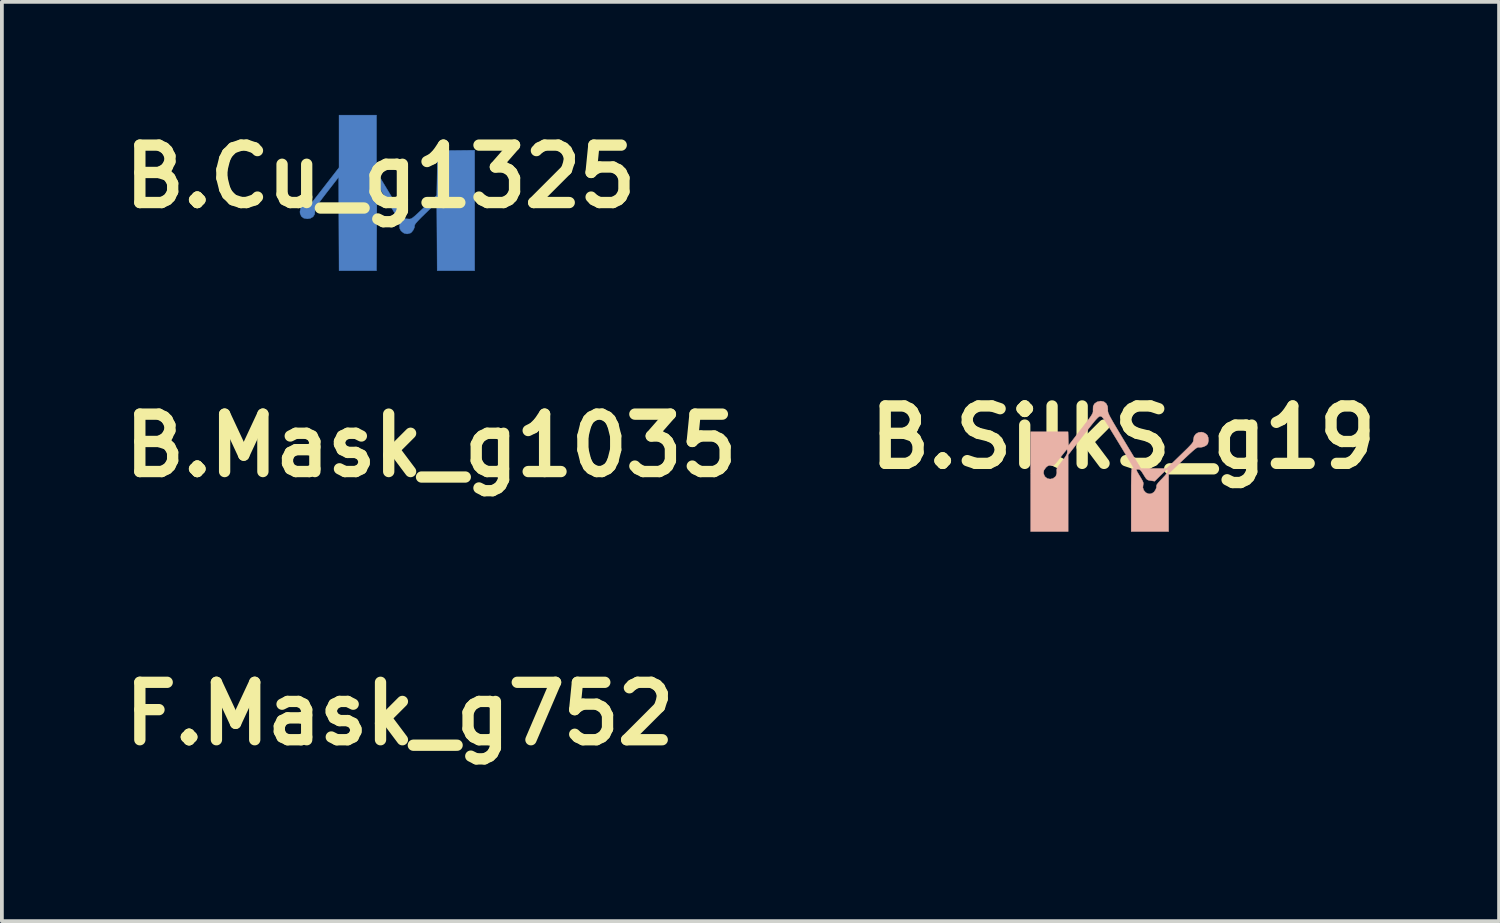
<source format=kicad_pcb>
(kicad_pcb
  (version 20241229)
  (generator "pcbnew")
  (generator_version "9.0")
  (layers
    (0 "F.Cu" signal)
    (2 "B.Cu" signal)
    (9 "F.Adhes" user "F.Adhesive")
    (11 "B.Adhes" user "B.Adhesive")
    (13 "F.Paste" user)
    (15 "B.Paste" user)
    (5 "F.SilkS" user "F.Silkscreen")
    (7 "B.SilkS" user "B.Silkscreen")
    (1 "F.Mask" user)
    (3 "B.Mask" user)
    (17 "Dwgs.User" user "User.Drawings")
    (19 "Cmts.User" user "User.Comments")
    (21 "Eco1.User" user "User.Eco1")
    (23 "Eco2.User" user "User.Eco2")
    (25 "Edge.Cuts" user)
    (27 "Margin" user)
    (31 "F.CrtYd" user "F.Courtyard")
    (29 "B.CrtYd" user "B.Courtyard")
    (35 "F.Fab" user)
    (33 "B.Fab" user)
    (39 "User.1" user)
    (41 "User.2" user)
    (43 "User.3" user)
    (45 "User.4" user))
  (footprint "B.Cu_g1325"
    (layer "F.Cu")
    (at 7.047 1.635)
    (property "Reference" "B.Cu_g1325" (at 0 0 0) (layer "F.SilkS") (effects (font (size 1.524 1.524) (thickness 0.3))))
    (attr through_hole)
    (fp_poly (pts (xy -0.106 -0.128) (xy 0.268 0.492) (xy 0.356 0.638) (xy 0.437 0.771) (xy 0.508 0.889) (xy 0.567 0.986) (xy 0.61 1.059) (xy 0.637 1.103) (xy 0.644 1.114) (xy 0.664 1.118) (xy 0.712 1.123) (xy 0.735 1.125) (xy 0.765 1.127) (xy 0.791 1.124) (xy 0.819 1.114) (xy 0.854 1.092) (xy 0.899 1.056) (xy 0.961 1.001) (xy 1.043 0.924) (xy 1.151 0.822) (xy 1.158 0.815) (xy 1.492 0.497) (xy 1.503 -0.095) (xy 1.513 -0.688) (xy 2.498 -0.699) (xy 2.498 2.498) (xy 1.503 2.498) (xy 1.498 1.593) (xy 1.492 0.689) (xy 1.196 0.972) (xy 1.077 1.088) (xy 0.99 1.178) (xy 0.934 1.242) (xy 0.908 1.283) (xy 0.906 1.294) (xy 0.899 1.353) (xy 0.869 1.419) (xy 0.825 1.476) (xy 0.792 1.5) (xy 0.705 1.522) (xy 0.626 1.505) (xy 0.57 1.465) (xy 0.531 1.423) (xy 0.51 1.375) (xy 0.505 1.309) (xy 0.511 1.228) (xy 0.501 1.202) (xy 0.472 1.145) (xy 0.426 1.062) (xy 0.367 0.957) (xy 0.297 0.837) (xy 0.218 0.704) (xy 0.209 0.689) (xy -0.095 0.183) (xy -0.101 1.34) (xy -0.106 2.498) (xy -1.1 2.498) (xy -1.111 0.015) (xy -1.428 0.424) (xy -1.528 0.555) (xy -1.605 0.657) (xy -1.661 0.734) (xy -1.7 0.793) (xy -1.724 0.836) (xy -1.736 0.868) (xy -1.739 0.894) (xy -1.739 0.902) (xy -1.747 0.997) (xy -1.79 1.067) (xy -1.863 1.109) (xy -1.943 1.121) (xy -2.035 1.105) (xy -2.099 1.058) (xy -2.133 0.983) (xy -2.138 0.933) (xy -2.121 0.84) (xy -2.073 0.773) (xy -1.998 0.736) (xy -1.944 0.73) (xy -1.852 0.73) (xy -1.476 0.246) (xy -1.101 -0.238) (xy -1.101 -1.63) (xy -0.106 -1.63) (xy -0.106 -0.128)) (stroke (width 0.01) (type solid)) (fill yes) (layer "B.Cu")))
  (footprint "B.SilkS_g19"
    (layer "F.Cu")
    (at 26.753 8.556)
    (property "Reference" "B.SilkS_g19" (at 0 0 0) (layer "F.SilkS") (effects (font (size 1.524 1.524) (thickness 0.3))))
    (attr through_hole)
    (fp_poly (pts (xy -0.512 -0.947) (xy -0.45 -0.898) (xy -0.413 -0.823) (xy -0.406 -0.736) (xy -0.408 -0.712) (xy -0.405 -0.687) (xy -0.398 -0.656) (xy -0.382 -0.618) (xy -0.358 -0.566) (xy -0.321 -0.499) (xy -0.272 -0.412) (xy -0.207 -0.302) (xy -0.126 -0.165) (xy -0.025 0.004) (xy 0.027 0.09) (xy 0.47 0.826) (xy 0.812 0.825) (xy 1.154 0.825) (xy 1.509 0.481) (xy 1.622 0.371) (xy 1.709 0.286) (xy 1.771 0.222) (xy 1.815 0.174) (xy 1.842 0.138) (xy 1.857 0.109) (xy 1.863 0.083) (xy 1.864 0.057) (xy 1.881 -0.026) (xy 1.93 -0.092) (xy 2 -0.132) (xy 2.082 -0.141) (xy 2.139 -0.126) (xy 2.195 -0.094) (xy 2.234 -0.056) (xy 2.258 0.008) (xy 2.263 0.088) (xy 2.247 0.161) (xy 2.242 0.173) (xy 2.198 0.217) (xy 2.13 0.25) (xy 2.055 0.265) (xy 2.017 0.263) (xy 1.996 0.261) (xy 1.972 0.267) (xy 1.941 0.284) (xy 1.899 0.315) (xy 1.843 0.363) (xy 1.767 0.431) (xy 1.668 0.524) (xy 1.582 0.605) (xy 1.206 0.96) (xy 1.206 2.498) (xy 0.212 2.498) (xy 0.212 1.662) (xy 0.212 1.449) (xy 0.212 1.275) (xy 0.214 1.136) (xy 0.215 1.029) (xy 0.218 0.948) (xy 0.222 0.892) (xy 0.225 0.87) (xy 0.353 0.87) (xy 0.368 0.904) (xy 0.4 0.96) (xy 0.452 1.046) (xy 0.469 1.074) (xy 0.511 1.147) (xy 0.532 1.197) (xy 0.536 1.234) (xy 0.53 1.258) (xy 0.522 1.332) (xy 0.547 1.405) (xy 0.597 1.462) (xy 0.611 1.471) (xy 0.669 1.497) (xy 0.719 1.498) (xy 0.77 1.483) (xy 0.819 1.448) (xy 0.859 1.391) (xy 0.883 1.33) (xy 0.883 1.291) (xy 0.891 1.258) (xy 0.93 1.203) (xy 1.001 1.126) (xy 1.029 1.098) (xy 1.114 1.008) (xy 1.167 0.94) (xy 1.185 0.896) (xy 1.185 0.895) (xy 1.18 0.857) (xy 1.17 0.847) (xy 1.149 0.861) (xy 1.106 0.899) (xy 1.047 0.954) (xy 0.995 1.005) (xy 0.836 1.163) (xy 0.731 1.147) (xy 0.678 1.138) (xy 0.641 1.123) (xy 0.609 1.094) (xy 0.574 1.043) (xy 0.541 0.989) (xy 0.495 0.916) (xy 0.46 0.872) (xy 0.43 0.852) (xy 0.397 0.847) (xy 0.396 0.847) (xy 0.369 0.847) (xy 0.354 0.853) (xy 0.353 0.87) (xy 0.225 0.87) (xy 0.227 0.855) (xy 0.233 0.834) (xy 0.24 0.826) (xy 0.243 0.826) (xy 0.271 0.817) (xy 0.275 0.81) (xy 0.264 0.789) (xy 0.234 0.735) (xy 0.186 0.654) (xy 0.124 0.549) (xy 0.049 0.424) (xy -0.035 0.284) (xy -0.127 0.131) (xy -0.135 0.118) (xy -0.242 -0.057) (xy -0.329 -0.199) (xy -0.399 -0.312) (xy -0.454 -0.399) (xy -0.497 -0.463) (xy -0.53 -0.507) (xy -0.556 -0.536) (xy -0.576 -0.552) (xy -0.593 -0.559) (xy -0.603 -0.56) (xy -0.622 -0.558) (xy -0.644 -0.548) (xy -0.671 -0.526) (xy -0.707 -0.489) (xy -0.756 -0.434) (xy -0.819 -0.357) (xy -0.9 -0.255) (xy -1.002 -0.124) (xy -1.061 -0.049) (xy -1.46 0.465) (xy -1.46 2.498) (xy -2.455 2.498) (xy -2.455 0.953) (xy -2.115 0.953) (xy -2.083 1.031) (xy -2.074 1.043) (xy -2.013 1.091) (xy -1.938 1.106) (xy -1.862 1.09) (xy -1.799 1.042) (xy -1.785 1.024) (xy -1.761 0.949) (xy -1.763 0.901) (xy -1.766 0.865) (xy -1.759 0.831) (xy -1.738 0.79) (xy -1.698 0.733) (xy -1.637 0.652) (xy -1.629 0.642) (xy -1.559 0.549) (xy -1.514 0.481) (xy -1.489 0.429) (xy -1.482 0.387) (xy -1.482 0.386) (xy -1.484 0.339) (xy -1.49 0.318) (xy -1.491 0.318) (xy -1.506 0.333) (xy -1.543 0.376) (xy -1.595 0.441) (xy -1.657 0.52) (xy -1.671 0.538) (xy -1.741 0.628) (xy -1.791 0.689) (xy -1.827 0.726) (xy -1.855 0.745) (xy -1.88 0.751) (xy -1.91 0.748) (xy -1.915 0.747) (xy -1.968 0.745) (xy -2.011 0.764) (xy -2.052 0.8) (xy -2.104 0.875) (xy -2.115 0.953) (xy -2.455 0.953) (xy -2.455 -0.148) (xy -1.462 -0.148) (xy -1.45 0.214) (xy -1.122 -0.211) (xy -1.021 -0.341) (xy -0.944 -0.443) (xy -0.886 -0.521) (xy -0.846 -0.579) (xy -0.821 -0.623) (xy -0.806 -0.656) (xy -0.8 -0.685) (xy -0.8 -0.713) (xy -0.801 -0.729) (xy -0.797 -0.824) (xy -0.764 -0.891) (xy -0.7 -0.938) (xy -0.684 -0.945) (xy -0.593 -0.964) (xy -0.512 -0.947)) (stroke (width 0.01) (type solid)) (fill yes) (layer "B.SilkS")))
  (footprint "F.Mask_g752"
    (layer "F.Cu")
    (at 7.555 15.889)
    (property "Reference" "F.Mask_g752" (at 0 0 0) (layer "F.SilkS") (effects (font (size 1.524 1.524) (thickness 0.3))))
    (attr through_hole)
    (fp_poly (pts (xy -0.127 2.498) (xy -1.122 2.498) (xy -1.122 -1.609) (xy -0.127 -1.609) (xy -0.127 2.498)) (stroke (width 0.01) (type solid)) (fill yes) (layer "F.Mask")))
  (footprint "B.Mask_g1035"
    (layer "F.Cu")
    (at 8.389 8.773)
    (property "Reference" "B.Mask_g1035" (at 0 0 0) (layer "F.SilkS") (effects (font (size 1.524 1.524) (thickness 0.3))))
    (attr through_hole)
    (fp_poly (pts (xy -0.603 -0.583) (xy -0.577 -0.581) (xy -0.553 -0.574) (xy -0.53 -0.557) (xy -0.502 -0.525) (xy -0.466 -0.474) (xy -0.418 -0.398) (xy -0.353 -0.292) (xy -0.317 -0.233) (xy -0.106 0.115) (xy -0.106 2.498) (xy -1.101 2.498) (xy -1.101 -0.041) (xy -0.89 -0.313) (xy -0.811 -0.415) (xy -0.753 -0.487) (xy -0.71 -0.536) (xy -0.678 -0.564) (xy -0.651 -0.579) (xy -0.624 -0.583) (xy -0.603 -0.583)) (stroke (width 0.01) (type solid)) (fill yes) (layer "B.Mask"))
    (fp_poly (pts (xy -1.461 0.356) (xy -1.462 0.408) (xy -1.47 0.45) (xy -1.488 0.492) (xy -1.522 0.544) (xy -1.576 0.616) (xy -1.603 0.651) (xy -1.668 0.736) (xy -1.709 0.798) (xy -1.731 0.844) (xy -1.739 0.882) (xy -1.739 0.902) (xy -1.747 0.996) (xy -1.79 1.067) (xy -1.862 1.109) (xy -1.943 1.121) (xy -2.017 1.113) (xy -2.072 1.083) (xy -2.086 1.07) (xy -2.129 1) (xy -2.139 0.916) (xy -2.116 0.833) (xy -2.088 0.791) (xy -2.042 0.75) (xy -1.987 0.734) (xy -1.946 0.731) (xy -1.905 0.729) (xy -1.872 0.721) (xy -1.84 0.7) (xy -1.802 0.66) (xy -1.75 0.595) (xy -1.716 0.551) (xy -1.652 0.469) (xy -1.59 0.393) (xy -1.541 0.333) (xy -1.519 0.308) (xy -1.462 0.243) (xy -1.461 0.356)) (stroke (width 0.01) (type solid)) (fill yes) (layer "B.Mask"))
    (fp_poly (pts (xy 2.498 2.498) (xy 1.502 2.498) (xy 1.513 0.629) (xy 1.738 0.42) (xy 1.827 0.338) (xy 1.892 0.281) (xy 1.938 0.246) (xy 1.97 0.229) (xy 1.995 0.225) (xy 2.014 0.23) (xy 2.085 0.236) (xy 2.132 0.222) (xy 2.202 0.173) (xy 2.239 0.106) (xy 2.239 0.029) (xy 2.2 -0.048) (xy 2.193 -0.056) (xy 2.13 -0.103) (xy 2.058 -0.116) (xy 1.989 -0.099) (xy 1.931 -0.057) (xy 1.895 0.007) (xy 1.888 0.079) (xy 1.89 0.112) (xy 1.882 0.142) (xy 1.859 0.177) (xy 1.818 0.224) (xy 1.751 0.29) (xy 1.721 0.319) (xy 1.65 0.385) (xy 1.589 0.44) (xy 1.544 0.475) (xy 1.524 0.487) (xy 1.517 0.466) (xy 1.511 0.403) (xy 1.507 0.299) (xy 1.504 0.155) (xy 1.503 -0.029) (xy 1.503 -0.095) (xy 1.503 -0.677) (xy 2.498 -0.677) (xy 2.498 2.498)) (stroke (width 0.01) (type solid)) (fill yes) (layer "B.Mask"))
    (fp_poly (pts (xy -0.609 -1.625) (xy -0.116 -1.619) (xy -0.111 -0.873) (xy -0.11 -0.7) (xy -0.11 -0.541) (xy -0.111 -0.402) (xy -0.113 -0.286) (xy -0.115 -0.198) (xy -0.118 -0.144) (xy -0.121 -0.127) (xy -0.137 -0.145) (xy -0.17 -0.192) (xy -0.216 -0.264) (xy -0.269 -0.352) (xy -0.291 -0.387) (xy -0.352 -0.492) (xy -0.393 -0.568) (xy -0.419 -0.623) (xy -0.431 -0.665) (xy -0.434 -0.7) (xy -0.431 -0.725) (xy -0.434 -0.81) (xy -0.468 -0.879) (xy -0.525 -0.925) (xy -0.596 -0.942) (xy -0.662 -0.929) (xy -0.736 -0.88) (xy -0.773 -0.809) (xy -0.775 -0.718) (xy -0.77 -0.681) (xy -0.773 -0.649) (xy -0.788 -0.612) (xy -0.817 -0.565) (xy -0.865 -0.499) (xy -0.924 -0.422) (xy -0.986 -0.343) (xy -1.038 -0.277) (xy -1.075 -0.231) (xy -1.093 -0.212) (xy -1.093 -0.212) (xy -1.095 -0.232) (xy -1.097 -0.29) (xy -1.098 -0.38) (xy -1.099 -0.498) (xy -1.1 -0.639) (xy -1.101 -0.797) (xy -1.101 -0.921) (xy -1.101 -1.631) (xy -0.609 -1.625)) (stroke (width 0.01) (type solid)) (fill yes) (layer "B.Mask"))
    (fp_poly (pts (xy 1.199 0.845) (xy 1.206 0.897) (xy 1.206 0.898) (xy 1.203 0.936) (xy 1.188 0.971) (xy 1.155 1.012) (xy 1.1 1.067) (xy 1.05 1.112) (xy 0.97 1.189) (xy 0.922 1.244) (xy 0.904 1.281) (xy 0.904 1.292) (xy 0.901 1.346) (xy 0.874 1.411) (xy 0.833 1.468) (xy 0.792 1.5) (xy 0.704 1.522) (xy 0.625 1.504) (xy 0.576 1.471) (xy 0.519 1.402) (xy 0.498 1.322) (xy 0.508 1.259) (xy 0.511 1.216) (xy 0.489 1.158) (xy 0.467 1.12) (xy 0.42 1.043) (xy 0.369 0.957) (xy 0.351 0.926) (xy 0.292 0.826) (xy 0.384 0.826) (xy 0.431 0.827) (xy 0.463 0.836) (xy 0.491 0.861) (xy 0.523 0.908) (xy 0.56 0.972) (xy 0.604 1.046) (xy 0.636 1.09) (xy 0.666 1.113) (xy 0.703 1.124) (xy 0.73 1.127) (xy 0.769 1.129) (xy 0.803 1.123) (xy 0.84 1.104) (xy 0.887 1.067) (xy 0.954 1.007) (xy 0.984 0.98) (xy 1.055 0.917) (xy 1.117 0.866) (xy 1.162 0.834) (xy 1.18 0.826) (xy 1.199 0.845)) (stroke (width 0.01) (type solid)) (fill yes) (layer "B.Mask")))
  (gr_rect
    (start -3 -3)
    (end 36.727 21.392)
    (stroke (width 0.1) (type default))
    (fill no)
    (layer "Edge.Cuts")))
</source>
